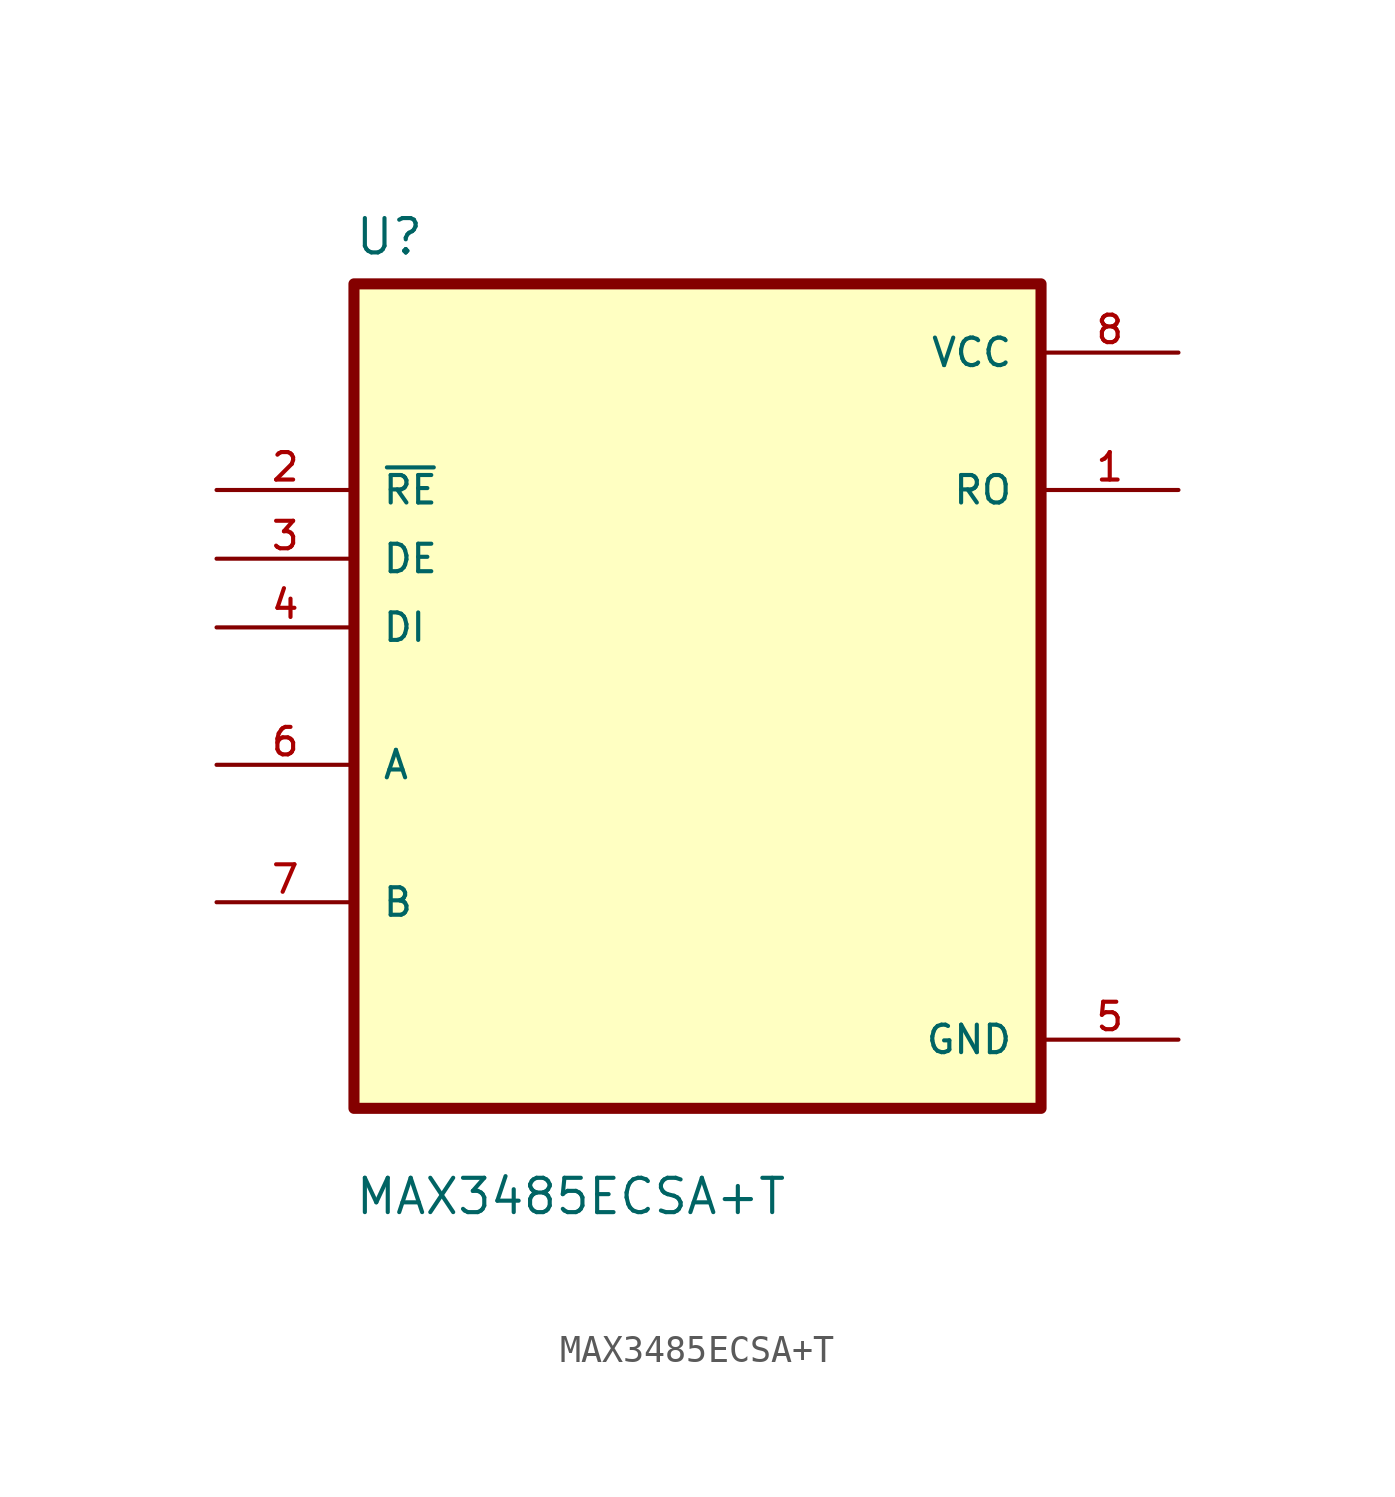
<source format=kicad_sym>
(kicad_symbol_lib
  (version 20211014)
  (generator kicad_symbol_editor)
  (symbol "MAX3485ECSA+T"
    (pin_names
      (offset 1.016))
    (property "Reference" "U"
      (at -12.7 16.24 0.0)
      (effects (font (size 1.27 1.27)) (justify bottom left)))
    (property "Value" "MAX3485ECSA+T"
      (at -12.7 -19.24 0.0)
      (effects (font (size 1.27 1.27)) (justify bottom left)))
    (symbol "MAX3485ECSA+T_0_0"
      (rectangle (start -12.7 -15.24) (end 12.7 15.24) (stroke (width 0.41)) (fill (type background)))
      (pin input line (at -17.78 7.62 0) (length 5.08) (name "~{RE}" (effects (font (size 1.016 1.016)))) (number "2" (effects (font (size 1.016 1.016)))))
      (pin input line (at -17.78 5.08 0) (length 5.08) (name "DE" (effects (font (size 1.016 1.016)))) (number "3" (effects (font (size 1.016 1.016)))))
      (pin input line (at -17.78 2.54 0) (length 5.08) (name "DI" (effects (font (size 1.016 1.016)))) (number "4" (effects (font (size 1.016 1.016)))))
      (pin bidirectional line (at -17.78 -2.54 0) (length 5.08) (name "A" (effects (font (size 1.016 1.016)))) (number "6" (effects (font (size 1.016 1.016)))))
      (pin bidirectional line (at -17.78 -7.62 0) (length 5.08) (name "B" (effects (font (size 1.016 1.016)))) (number "7" (effects (font (size 1.016 1.016)))))
      (pin power_in line (at 17.78 12.7 180.0) (length 5.08) (name "VCC" (effects (font (size 1.016 1.016)))) (number "8" (effects (font (size 1.016 1.016)))))
      (pin output line (at 17.78 7.62 180.0) (length 5.08) (name "RO" (effects (font (size 1.016 1.016)))) (number "1" (effects (font (size 1.016 1.016)))))
      (pin power_in line (at 17.78 -12.7 180.0) (length 5.08) (name "GND" (effects (font (size 1.016 1.016)))) (number "5" (effects (font (size 1.016 1.016))))))))
</source>
